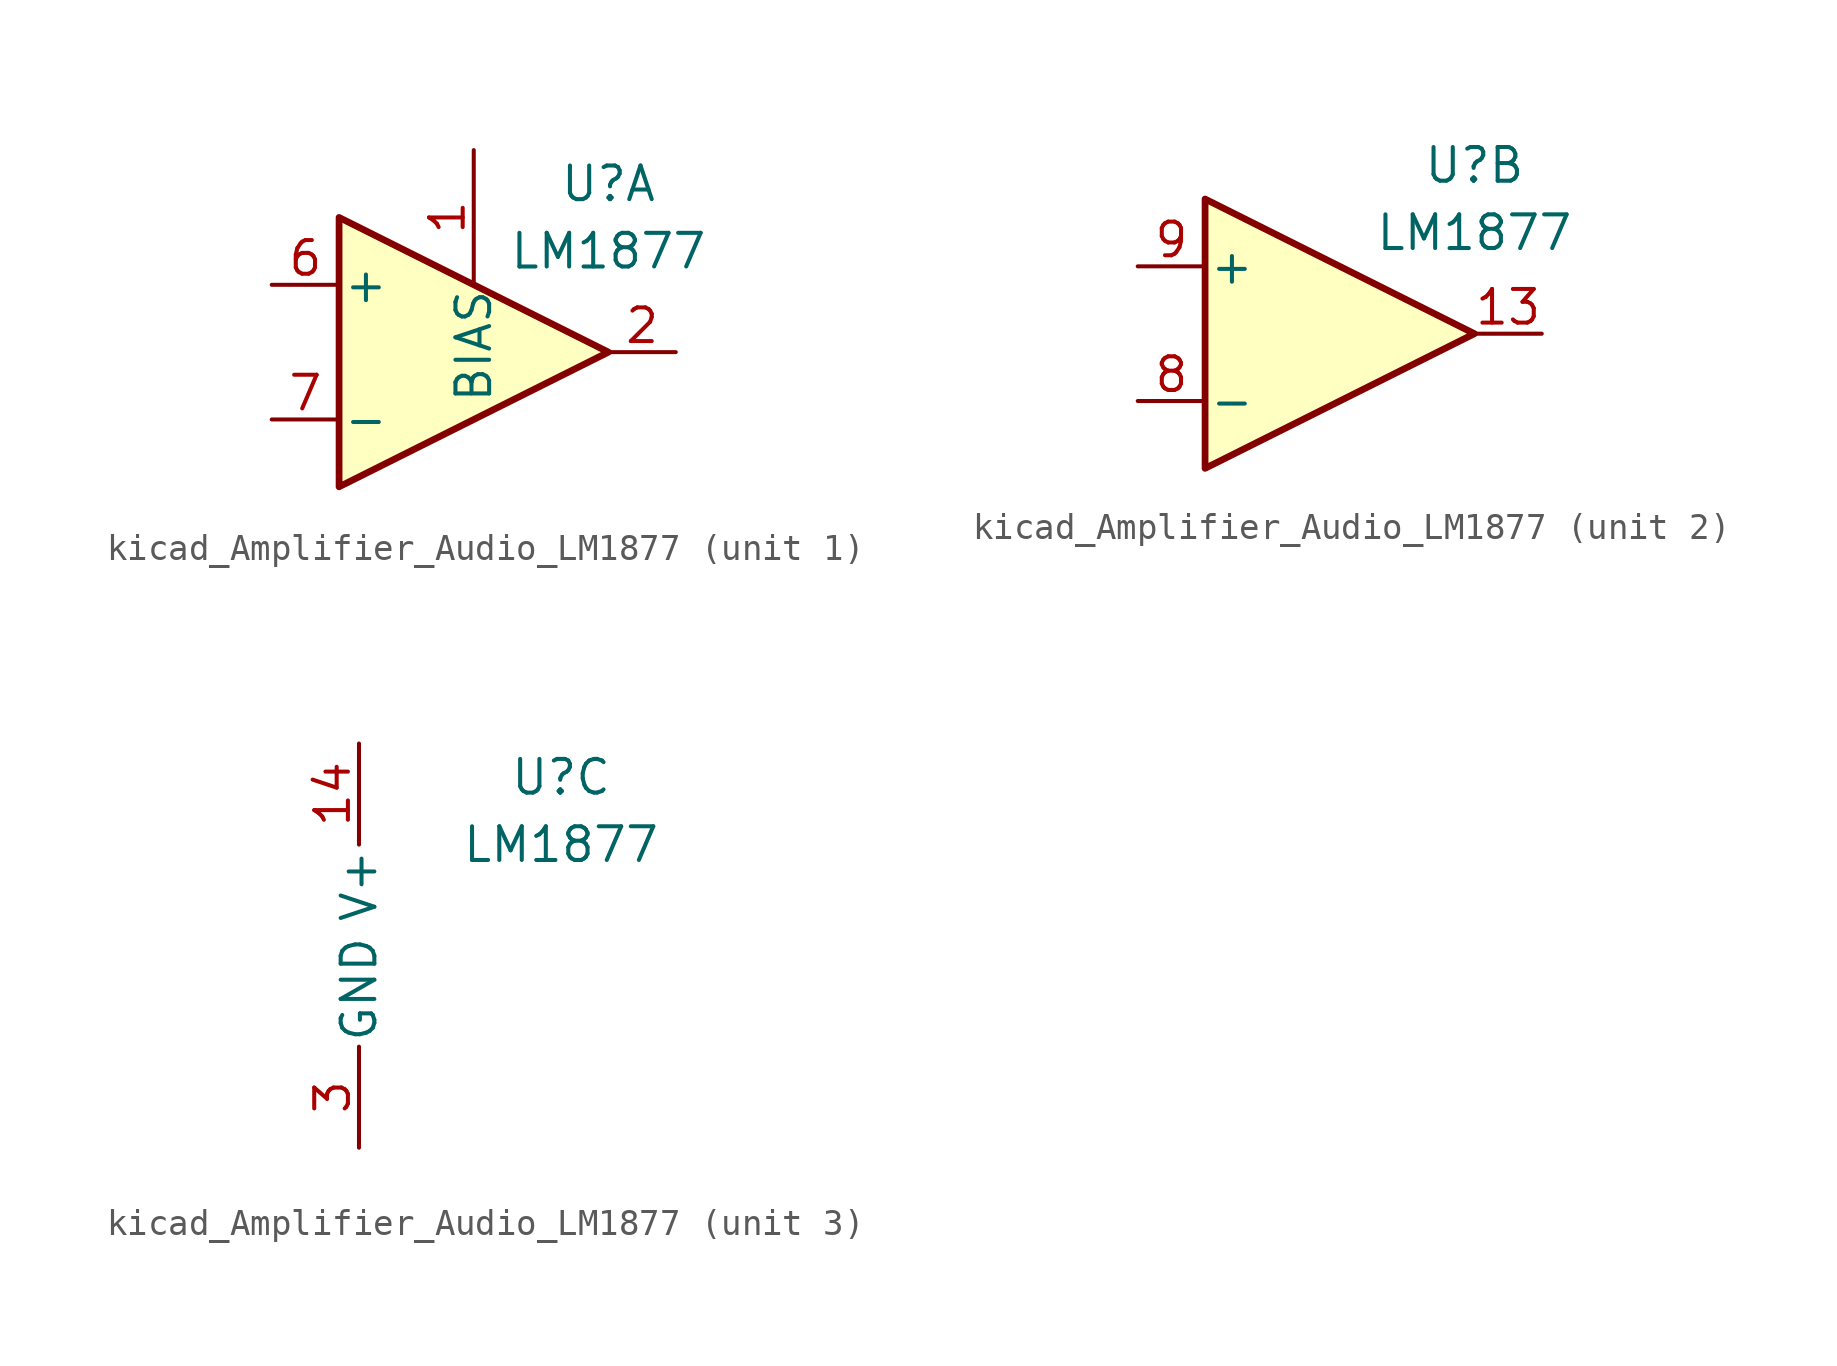
<source format=kicad_sym>
(kicad_symbol_lib
  (version 20220914)
  (generator kicad_symbol_editor)
  (symbol "kicad_Amplifier_Audio_LM1877"
    (pin_names
      (offset 0.127))
    (property "Reference" "U"
      (at 5.08 6.35 0)
      (effects (font (size 1.27 1.27))))
    (property "Value" "LM1877"
      (at 5.08 3.81 0)
      (effects (font (size 1.27 1.27))))
    (property "ki_locked" ""
      (at 0 0 0)
      (effects (font (size 1.27 1.27))))
    (symbol "kicad_Amplifier_Audio_LM1877_1_1"
      (polyline (pts (xy -5.08 5.08) (xy 5.08 0) (xy -5.08 -5.08) (xy -5.08 5.08)) (stroke (width 0.254) (type default)) (fill (type background)))
      (pin input line (at 0 7.62 270) (length 5.08) (name "BIAS" (effects (font (size 1.27 1.27)))) (number "1" (effects (font (size 1.27 1.27)))))
      (pin output line (at 7.62 0 180) (length 2.54) (name "~" (effects (font (size 1.27 1.27)))) (number "2" (effects (font (size 1.27 1.27)))))
      (pin input line (at -7.62 2.54 0) (length 2.54) (name "+" (effects (font (size 1.27 1.27)))) (number "6" (effects (font (size 1.27 1.27)))))
      (pin input line (at -7.62 -2.54 0) (length 2.54) (name "-" (effects (font (size 1.27 1.27)))) (number "7" (effects (font (size 1.27 1.27))))))
    (symbol "kicad_Amplifier_Audio_LM1877_2_1"
      (polyline (pts (xy -5.08 5.08) (xy 5.08 0) (xy -5.08 -5.08) (xy -5.08 5.08)) (stroke (width 0.254) (type default)) (fill (type background)))
      (pin output line (at 7.62 0 180) (length 2.54) (name "~" (effects (font (size 1.27 1.27)))) (number "13" (effects (font (size 1.27 1.27)))))
      (pin input line (at -7.62 -2.54 0) (length 2.54) (name "-" (effects (font (size 1.27 1.27)))) (number "8" (effects (font (size 1.27 1.27)))))
      (pin input line (at -7.62 2.54 0) (length 2.54) (name "+" (effects (font (size 1.27 1.27)))) (number "9" (effects (font (size 1.27 1.27))))))
    (symbol "kicad_Amplifier_Audio_LM1877_3_1"
      (pin passive line (at -2.54 -7.62 90) (length 3.81) hide (name "GND" (effects (font (size 1.27 1.27)))) (number "10" (effects (font (size 1.27 1.27)))))
      (pin passive line (at -2.54 -7.62 90) (length 3.81) hide (name "GND" (effects (font (size 1.27 1.27)))) (number "11" (effects (font (size 1.27 1.27)))))
      (pin passive line (at -2.54 -7.62 90) (length 3.81) hide (name "GND" (effects (font (size 1.27 1.27)))) (number "12" (effects (font (size 1.27 1.27)))))
      (pin power_in line (at -2.54 7.62 270) (length 3.81) (name "V+" (effects (font (size 1.27 1.27)))) (number "14" (effects (font (size 1.27 1.27)))))
      (pin power_in line (at -2.54 -7.62 90) (length 3.81) (name "GND" (effects (font (size 1.27 1.27)))) (number "3" (effects (font (size 1.27 1.27)))))
      (pin passive line (at -2.54 -7.62 90) (length 3.81) hide (name "GND" (effects (font (size 1.27 1.27)))) (number "4" (effects (font (size 1.27 1.27)))))
      (pin passive line (at -2.54 -7.62 90) (length 3.81) hide (name "GND" (effects (font (size 1.27 1.27)))) (number "5" (effects (font (size 1.27 1.27))))))))
</source>
